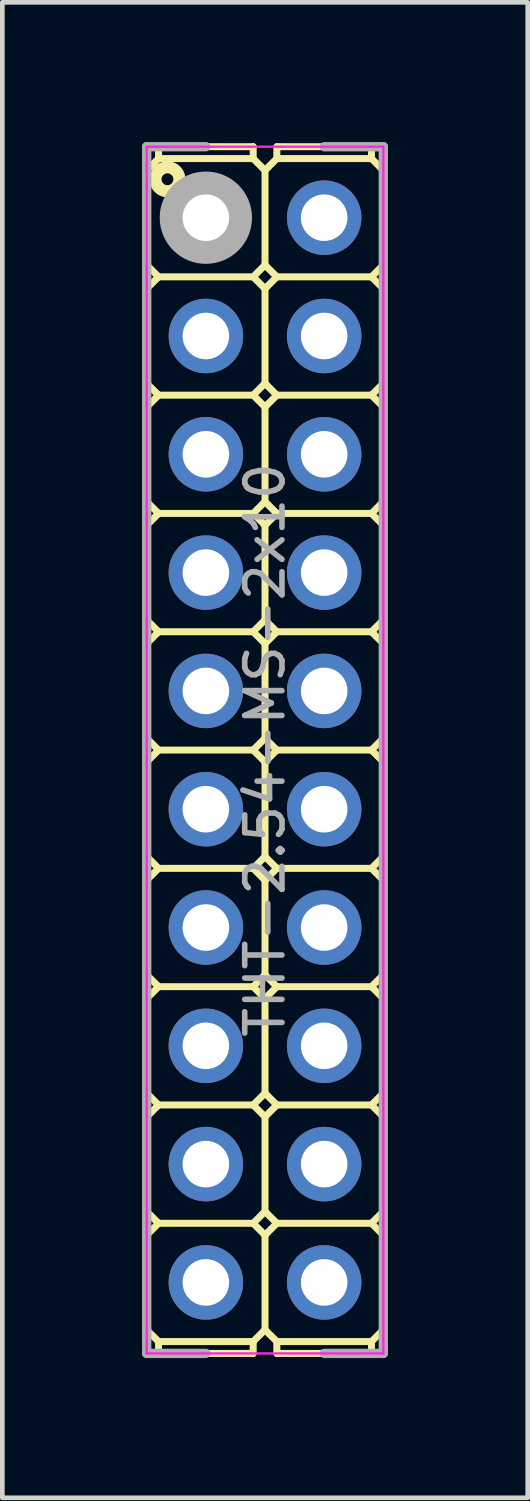
<source format=kicad_pcb>
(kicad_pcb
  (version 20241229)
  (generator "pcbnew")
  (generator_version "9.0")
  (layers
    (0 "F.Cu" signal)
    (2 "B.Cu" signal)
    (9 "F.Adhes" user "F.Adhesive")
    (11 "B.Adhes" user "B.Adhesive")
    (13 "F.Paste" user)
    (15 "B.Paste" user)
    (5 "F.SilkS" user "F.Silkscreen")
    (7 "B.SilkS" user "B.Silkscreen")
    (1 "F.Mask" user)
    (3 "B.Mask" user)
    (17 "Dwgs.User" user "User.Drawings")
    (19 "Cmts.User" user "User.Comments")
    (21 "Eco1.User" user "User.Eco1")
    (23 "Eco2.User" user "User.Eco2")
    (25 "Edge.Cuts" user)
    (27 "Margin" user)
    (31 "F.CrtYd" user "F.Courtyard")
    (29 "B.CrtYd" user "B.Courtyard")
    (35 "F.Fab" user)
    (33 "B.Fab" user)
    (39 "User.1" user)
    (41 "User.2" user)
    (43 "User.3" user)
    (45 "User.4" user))
  (footprint "THT-2.54-MS-2x10"
    (layer "F.Cu")
    (at 2.64 13.054)
    (property "Reference" "THT-2.54-MS-2x10" (at 0 0 270) (layer "F.Fab") (effects (font (size 0.8 0.8) (thickness 0.12))))
    (attr through_hole)
    (fp_line (start -2.54 -12.446) (end -2.54 -10.414) (stroke (width 0.15) (type solid)) (layer "F.SilkS"))
    (fp_line (start -2.54 -12.446) (end -2.286 -12.7) (stroke (width 0.15) (type solid)) (layer "F.SilkS"))
    (fp_line (start -2.54 -10.414) (end -2.286 -10.16) (stroke (width 0.15) (type solid)) (layer "F.SilkS"))
    (fp_line (start -2.54 -9.906) (end -2.54 -7.874) (stroke (width 0.15) (type solid)) (layer "F.SilkS"))
    (fp_line (start -2.54 -7.874) (end -2.286 -7.62) (stroke (width 0.15) (type solid)) (layer "F.SilkS"))
    (fp_line (start -2.54 -7.366) (end -2.54 -5.334) (stroke (width 0.15) (type solid)) (layer "F.SilkS"))
    (fp_line (start -2.54 -5.334) (end -2.286 -5.08) (stroke (width 0.15) (type solid)) (layer "F.SilkS"))
    (fp_line (start -2.54 -4.826) (end -2.54 -2.794) (stroke (width 0.15) (type solid)) (layer "F.SilkS"))
    (fp_line (start -2.54 -2.794) (end -2.286 -2.54) (stroke (width 0.15) (type solid)) (layer "F.SilkS"))
    (fp_line (start -2.54 -2.286) (end -2.54 -0.254) (stroke (width 0.15) (type solid)) (layer "F.SilkS"))
    (fp_line (start -2.54 -0.254) (end -2.286 0) (stroke (width 0.15) (type solid)) (layer "F.SilkS"))
    (fp_line (start -2.54 0.254) (end -2.54 2.286) (stroke (width 0.15) (type solid)) (layer "F.SilkS"))
    (fp_line (start -2.54 2.286) (end -2.286 2.54) (stroke (width 0.15) (type solid)) (layer "F.SilkS"))
    (fp_line (start -2.54 2.794) (end -2.54 4.826) (stroke (width 0.15) (type solid)) (layer "F.SilkS"))
    (fp_line (start -2.54 4.826) (end -2.286 5.08) (stroke (width 0.15) (type solid)) (layer "F.SilkS"))
    (fp_line (start -2.54 5.334) (end -2.54 7.366) (stroke (width 0.15) (type solid)) (layer "F.SilkS"))
    (fp_line (start -2.54 7.366) (end -2.286 7.62) (stroke (width 0.15) (type solid)) (layer "F.SilkS"))
    (fp_line (start -2.54 7.874) (end -2.54 9.906) (stroke (width 0.15) (type solid)) (layer "F.SilkS"))
    (fp_line (start -2.54 9.906) (end -2.286 10.16) (stroke (width 0.15) (type solid)) (layer "F.SilkS"))
    (fp_line (start -2.54 10.414) (end -2.54 12.446) (stroke (width 0.15) (type solid)) (layer "F.SilkS"))
    (fp_line (start -2.54 12.446) (end -2.286 12.7) (stroke (width 0.15) (type solid)) (layer "F.SilkS"))
    (fp_line (start -2.286 -12.954) (end -0.254 -12.954) (stroke (width 0.15) (type solid)) (layer "F.SilkS"))
    (fp_line (start -2.286 -12.7) (end -2.286 -12.954) (stroke (width 0.15) (type solid)) (layer "F.SilkS"))
    (fp_line (start -2.286 -12.7) (end -0.254 -12.7) (stroke (width 0.15) (type solid)) (layer "F.SilkS"))
    (fp_line (start -2.286 -10.16) (end -2.54 -9.906) (stroke (width 0.15) (type solid)) (layer "F.SilkS"))
    (fp_line (start -2.286 -7.62) (end -2.54 -7.366) (stroke (width 0.15) (type solid)) (layer "F.SilkS"))
    (fp_line (start -2.286 -7.62) (end -0.254 -7.62) (stroke (width 0.15) (type solid)) (layer "F.SilkS"))
    (fp_line (start -2.286 -5.08) (end -2.54 -4.826) (stroke (width 0.15) (type solid)) (layer "F.SilkS"))
    (fp_line (start -2.286 -2.54) (end -2.54 -2.286) (stroke (width 0.15) (type solid)) (layer "F.SilkS"))
    (fp_line (start -2.286 0) (end -2.54 0.254) (stroke (width 0.15) (type solid)) (layer "F.SilkS"))
    (fp_line (start -2.286 2.54) (end -2.54 2.794) (stroke (width 0.15) (type solid)) (layer "F.SilkS"))
    (fp_line (start -2.286 5.08) (end -2.54 5.334) (stroke (width 0.15) (type solid)) (layer "F.SilkS"))
    (fp_line (start -2.286 7.62) (end -2.54 7.874) (stroke (width 0.15) (type solid)) (layer "F.SilkS"))
    (fp_line (start -2.286 10.16) (end -2.54 10.414) (stroke (width 0.15) (type solid)) (layer "F.SilkS"))
    (fp_line (start -2.286 12.7) (end -2.286 12.954) (stroke (width 0.15) (type solid)) (layer "F.SilkS"))
    (fp_line (start -2.286 12.7) (end -0.254 12.7) (stroke (width 0.15) (type solid)) (layer "F.SilkS"))
    (fp_line (start -2.286 12.954) (end -0.254 12.954) (stroke (width 0.15) (type solid)) (layer "F.SilkS"))
    (fp_line (start -0.254 -12.954) (end -0.254 -12.7) (stroke (width 0.15) (type solid)) (layer "F.SilkS"))
    (fp_line (start -0.254 -12.7) (end 0 -12.446) (stroke (width 0.15) (type solid)) (layer "F.SilkS"))
    (fp_line (start -0.254 -10.16) (end -2.286 -10.16) (stroke (width 0.15) (type solid)) (layer "F.SilkS"))
    (fp_line (start -0.254 -7.62) (end 0 -7.874) (stroke (width 0.15) (type solid)) (layer "F.SilkS"))
    (fp_line (start -0.254 -5.08) (end -2.286 -5.08) (stroke (width 0.15) (type solid)) (layer "F.SilkS"))
    (fp_line (start -0.254 -5.08) (end 0 -5.334) (stroke (width 0.15) (type solid)) (layer "F.SilkS"))
    (fp_line (start -0.254 -2.54) (end -2.286 -2.54) (stroke (width 0.15) (type solid)) (layer "F.SilkS"))
    (fp_line (start -0.254 -2.54) (end 0 -2.794) (stroke (width 0.15) (type solid)) (layer "F.SilkS"))
    (fp_line (start -0.254 0) (end -2.286 0) (stroke (width 0.15) (type solid)) (layer "F.SilkS"))
    (fp_line (start -0.254 0) (end 0 -0.254) (stroke (width 0.15) (type solid)) (layer "F.SilkS"))
    (fp_line (start -0.254 2.54) (end -2.286 2.54) (stroke (width 0.15) (type solid)) (layer "F.SilkS"))
    (fp_line (start -0.254 2.54) (end 0 2.286) (stroke (width 0.15) (type solid)) (layer "F.SilkS"))
    (fp_line (start -0.254 5.08) (end -2.286 5.08) (stroke (width 0.15) (type solid)) (layer "F.SilkS"))
    (fp_line (start -0.254 5.08) (end 0 4.826) (stroke (width 0.15) (type solid)) (layer "F.SilkS"))
    (fp_line (start -0.254 7.62) (end -2.286 7.62) (stroke (width 0.15) (type solid)) (layer "F.SilkS"))
    (fp_line (start -0.254 7.62) (end 0 7.366) (stroke (width 0.15) (type solid)) (layer "F.SilkS"))
    (fp_line (start -0.254 10.16) (end -2.286 10.16) (stroke (width 0.15) (type solid)) (layer "F.SilkS"))
    (fp_line (start -0.254 10.16) (end 0 9.906) (stroke (width 0.15) (type solid)) (layer "F.SilkS"))
    (fp_line (start -0.254 12.7) (end 0 12.446) (stroke (width 0.15) (type solid)) (layer "F.SilkS"))
    (fp_line (start -0.254 12.954) (end -0.254 12.7) (stroke (width 0.15) (type solid)) (layer "F.SilkS"))
    (fp_line (start 0 -12.446) (end 0 -10.414) (stroke (width 0.15) (type solid)) (layer "F.SilkS"))
    (fp_line (start 0 -12.446) (end 0.254 -12.7) (stroke (width 0.15) (type solid)) (layer "F.SilkS"))
    (fp_line (start 0 -10.414) (end -0.254 -10.16) (stroke (width 0.15) (type solid)) (layer "F.SilkS"))
    (fp_line (start 0 -10.414) (end 0.254 -10.16) (stroke (width 0.15) (type solid)) (layer "F.SilkS"))
    (fp_line (start 0 -9.906) (end -0.254 -10.16) (stroke (width 0.15) (type solid)) (layer "F.SilkS"))
    (fp_line (start 0 -7.874) (end 0 -9.906) (stroke (width 0.15) (type solid)) (layer "F.SilkS"))
    (fp_line (start 0 -7.874) (end 0.254 -7.62) (stroke (width 0.15) (type solid)) (layer "F.SilkS"))
    (fp_line (start 0 -7.366) (end -0.254 -7.62) (stroke (width 0.15) (type solid)) (layer "F.SilkS"))
    (fp_line (start 0 -5.334) (end 0 -7.366) (stroke (width 0.15) (type solid)) (layer "F.SilkS"))
    (fp_line (start 0 -5.334) (end 0.254 -5.08) (stroke (width 0.15) (type solid)) (layer "F.SilkS"))
    (fp_line (start 0 -4.826) (end -0.254 -5.08) (stroke (width 0.15) (type solid)) (layer "F.SilkS"))
    (fp_line (start 0 -2.794) (end 0 -4.826) (stroke (width 0.15) (type solid)) (layer "F.SilkS"))
    (fp_line (start 0 -2.794) (end 0.254 -2.54) (stroke (width 0.15) (type solid)) (layer "F.SilkS"))
    (fp_line (start 0 -2.286) (end -0.254 -2.54) (stroke (width 0.15) (type solid)) (layer "F.SilkS"))
    (fp_line (start 0 -0.254) (end 0 -2.286) (stroke (width 0.15) (type solid)) (layer "F.SilkS"))
    (fp_line (start 0 -0.254) (end 0.254 0) (stroke (width 0.15) (type solid)) (layer "F.SilkS"))
    (fp_line (start 0 0.254) (end -0.254 0) (stroke (width 0.15) (type solid)) (layer "F.SilkS"))
    (fp_line (start 0 2.286) (end 0 0.254) (stroke (width 0.15) (type solid)) (layer "F.SilkS"))
    (fp_line (start 0 2.286) (end 0.254 2.54) (stroke (width 0.15) (type solid)) (layer "F.SilkS"))
    (fp_line (start 0 2.794) (end -0.254 2.54) (stroke (width 0.15) (type solid)) (layer "F.SilkS"))
    (fp_line (start 0 4.826) (end 0 2.794) (stroke (width 0.15) (type solid)) (layer "F.SilkS"))
    (fp_line (start 0 4.826) (end 0.254 5.08) (stroke (width 0.15) (type solid)) (layer "F.SilkS"))
    (fp_line (start 0 5.334) (end -0.254 5.08) (stroke (width 0.15) (type solid)) (layer "F.SilkS"))
    (fp_line (start 0 7.366) (end 0 5.334) (stroke (width 0.15) (type solid)) (layer "F.SilkS"))
    (fp_line (start 0 7.366) (end 0.254 7.62) (stroke (width 0.15) (type solid)) (layer "F.SilkS"))
    (fp_line (start 0 7.874) (end -0.254 7.62) (stroke (width 0.15) (type solid)) (layer "F.SilkS"))
    (fp_line (start 0 9.906) (end 0 7.874) (stroke (width 0.15) (type solid)) (layer "F.SilkS"))
    (fp_line (start 0 9.906) (end 0.254 10.16) (stroke (width 0.15) (type solid)) (layer "F.SilkS"))
    (fp_line (start 0 10.414) (end -0.254 10.16) (stroke (width 0.15) (type solid)) (layer "F.SilkS"))
    (fp_line (start 0 12.446) (end 0 10.414) (stroke (width 0.15) (type solid)) (layer "F.SilkS"))
    (fp_line (start 0 12.446) (end 0.254 12.7) (stroke (width 0.15) (type solid)) (layer "F.SilkS"))
    (fp_line (start 0.254 -12.954) (end 2.286 -12.954) (stroke (width 0.15) (type solid)) (layer "F.SilkS"))
    (fp_line (start 0.254 -12.7) (end 0.254 -12.954) (stroke (width 0.15) (type solid)) (layer "F.SilkS"))
    (fp_line (start 0.254 -12.7) (end 2.286 -12.7) (stroke (width 0.15) (type solid)) (layer "F.SilkS"))
    (fp_line (start 0.254 -10.16) (end 0 -9.906) (stroke (width 0.15) (type solid)) (layer "F.SilkS"))
    (fp_line (start 0.254 -7.62) (end 0 -7.366) (stroke (width 0.15) (type solid)) (layer "F.SilkS"))
    (fp_line (start 0.254 -7.62) (end 2.286 -7.62) (stroke (width 0.15) (type solid)) (layer "F.SilkS"))
    (fp_line (start 0.254 -5.08) (end 0 -4.826) (stroke (width 0.15) (type solid)) (layer "F.SilkS"))
    (fp_line (start 0.254 -2.54) (end 0 -2.286) (stroke (width 0.15) (type solid)) (layer "F.SilkS"))
    (fp_line (start 0.254 0) (end 0 0.254) (stroke (width 0.15) (type solid)) (layer "F.SilkS"))
    (fp_line (start 0.254 2.54) (end 0 2.794) (stroke (width 0.15) (type solid)) (layer "F.SilkS"))
    (fp_line (start 0.254 5.08) (end 0 5.334) (stroke (width 0.15) (type solid)) (layer "F.SilkS"))
    (fp_line (start 0.254 7.62) (end 0 7.874) (stroke (width 0.15) (type solid)) (layer "F.SilkS"))
    (fp_line (start 0.254 10.16) (end 0 10.414) (stroke (width 0.15) (type solid)) (layer "F.SilkS"))
    (fp_line (start 0.254 12.7) (end 0.254 12.954) (stroke (width 0.15) (type solid)) (layer "F.SilkS"))
    (fp_line (start 0.254 12.7) (end 2.286 12.7) (stroke (width 0.15) (type solid)) (layer "F.SilkS"))
    (fp_line (start 0.254 12.954) (end 2.286 12.954) (stroke (width 0.15) (type solid)) (layer "F.SilkS"))
    (fp_line (start 2.286 -12.954) (end 2.286 -12.7) (stroke (width 0.15) (type solid)) (layer "F.SilkS"))
    (fp_line (start 2.286 -12.7) (end 2.54 -12.446) (stroke (width 0.15) (type solid)) (layer "F.SilkS"))
    (fp_line (start 2.286 -10.16) (end 0.254 -10.16) (stroke (width 0.15) (type solid)) (layer "F.SilkS"))
    (fp_line (start 2.286 -7.62) (end 2.54 -7.874) (stroke (width 0.15) (type solid)) (layer "F.SilkS"))
    (fp_line (start 2.286 -5.08) (end 0.254 -5.08) (stroke (width 0.15) (type solid)) (layer "F.SilkS"))
    (fp_line (start 2.286 -5.08) (end 2.54 -5.334) (stroke (width 0.15) (type solid)) (layer "F.SilkS"))
    (fp_line (start 2.286 -2.54) (end 0.254 -2.54) (stroke (width 0.15) (type solid)) (layer "F.SilkS"))
    (fp_line (start 2.286 -2.54) (end 2.54 -2.794) (stroke (width 0.15) (type solid)) (layer "F.SilkS"))
    (fp_line (start 2.286 0) (end 0.254 0) (stroke (width 0.15) (type solid)) (layer "F.SilkS"))
    (fp_line (start 2.286 0) (end 2.54 -0.254) (stroke (width 0.15) (type solid)) (layer "F.SilkS"))
    (fp_line (start 2.286 2.54) (end 0.254 2.54) (stroke (width 0.15) (type solid)) (layer "F.SilkS"))
    (fp_line (start 2.286 2.54) (end 2.54 2.286) (stroke (width 0.15) (type solid)) (layer "F.SilkS"))
    (fp_line (start 2.286 5.08) (end 0.254 5.08) (stroke (width 0.15) (type solid)) (layer "F.SilkS"))
    (fp_line (start 2.286 5.08) (end 2.54 4.826) (stroke (width 0.15) (type solid)) (layer "F.SilkS"))
    (fp_line (start 2.286 7.62) (end 0.254 7.62) (stroke (width 0.15) (type solid)) (layer "F.SilkS"))
    (fp_line (start 2.286 7.62) (end 2.54 7.366) (stroke (width 0.15) (type solid)) (layer "F.SilkS"))
    (fp_line (start 2.286 10.16) (end 0.254 10.16) (stroke (width 0.15) (type solid)) (layer "F.SilkS"))
    (fp_line (start 2.286 10.16) (end 2.54 9.906) (stroke (width 0.15) (type solid)) (layer "F.SilkS"))
    (fp_line (start 2.286 12.7) (end 2.54 12.446) (stroke (width 0.15) (type solid)) (layer "F.SilkS"))
    (fp_line (start 2.286 12.954) (end 2.286 12.7) (stroke (width 0.15) (type solid)) (layer "F.SilkS"))
    (fp_line (start 2.54 -12.446) (end 2.54 -10.414) (stroke (width 0.15) (type solid)) (layer "F.SilkS"))
    (fp_line (start 2.54 -10.414) (end 2.286 -10.16) (stroke (width 0.15) (type solid)) (layer "F.SilkS"))
    (fp_line (start 2.54 -9.906) (end 2.286 -10.16) (stroke (width 0.15) (type solid)) (layer "F.SilkS"))
    (fp_line (start 2.54 -7.874) (end 2.54 -9.906) (stroke (width 0.15) (type solid)) (layer "F.SilkS"))
    (fp_line (start 2.54 -7.366) (end 2.286 -7.62) (stroke (width 0.15) (type solid)) (layer "F.SilkS"))
    (fp_line (start 2.54 -5.334) (end 2.54 -7.366) (stroke (width 0.15) (type solid)) (layer "F.SilkS"))
    (fp_line (start 2.54 -4.826) (end 2.286 -5.08) (stroke (width 0.15) (type solid)) (layer "F.SilkS"))
    (fp_line (start 2.54 -2.794) (end 2.54 -4.826) (stroke (width 0.15) (type solid)) (layer "F.SilkS"))
    (fp_line (start 2.54 -2.286) (end 2.286 -2.54) (stroke (width 0.15) (type solid)) (layer "F.SilkS"))
    (fp_line (start 2.54 -0.254) (end 2.54 -2.286) (stroke (width 0.15) (type solid)) (layer "F.SilkS"))
    (fp_line (start 2.54 0.254) (end 2.286 0) (stroke (width 0.15) (type solid)) (layer "F.SilkS"))
    (fp_line (start 2.54 2.286) (end 2.54 0.254) (stroke (width 0.15) (type solid)) (layer "F.SilkS"))
    (fp_line (start 2.54 2.794) (end 2.286 2.54) (stroke (width 0.15) (type solid)) (layer "F.SilkS"))
    (fp_line (start 2.54 4.826) (end 2.54 2.794) (stroke (width 0.15) (type solid)) (layer "F.SilkS"))
    (fp_line (start 2.54 5.334) (end 2.286 5.08) (stroke (width 0.15) (type solid)) (layer "F.SilkS"))
    (fp_line (start 2.54 7.366) (end 2.54 5.334) (stroke (width 0.15) (type solid)) (layer "F.SilkS"))
    (fp_line (start 2.54 7.874) (end 2.286 7.62) (stroke (width 0.15) (type solid)) (layer "F.SilkS"))
    (fp_line (start 2.54 9.906) (end 2.54 7.874) (stroke (width 0.15) (type solid)) (layer "F.SilkS"))
    (fp_line (start 2.54 10.414) (end 2.286 10.16) (stroke (width 0.15) (type solid)) (layer "F.SilkS"))
    (fp_line (start 2.54 12.446) (end 2.54 10.414) (stroke (width 0.15) (type solid)) (layer "F.SilkS"))
    (fp_circle (center -2.095 -12.255) (end -1.968 -12.255) (stroke (width 0.26) (type solid)) (fill no) (layer "F.SilkS"))
    (fp_line (start -2.54 -12.954) (end 2.54 -12.954) (stroke (width 0.05) (type solid)) (layer "F.CrtYd"))
    (fp_line (start -2.54 12.954) (end -2.54 -12.954) (stroke (width 0.05) (type solid)) (layer "F.CrtYd"))
    (fp_line (start 2.54 -12.954) (end 2.54 12.954) (stroke (width 0.05) (type solid)) (layer "F.CrtYd"))
    (fp_line (start 2.54 12.954) (end -2.54 12.954) (stroke (width 0.05) (type solid)) (layer "F.CrtYd"))
    (fp_line (start -2.54 -12.954) (end -2.54 12.954) (stroke (width 0.2) (type solid)) (layer "F.Fab"))
    (fp_line (start -2.54 -12.954) (end -1.27 -12.954) (stroke (width 0.2) (type solid)) (layer "F.Fab"))
    (fp_line (start -2.54 12.954) (end -1.27 12.954) (stroke (width 0.2) (type solid)) (layer "F.Fab"))
    (fp_line (start 1.27 -12.954) (end 2.54 -12.954) (stroke (width 0.2) (type solid)) (layer "F.Fab"))
    (fp_line (start 1.27 12.954) (end 2.54 12.954) (stroke (width 0.2) (type solid)) (layer "F.Fab"))
    (fp_line (start 2.54 12.954) (end 2.54 -12.954) (stroke (width 0.2) (type solid)) (layer "F.Fab"))
    (fp_circle (center -1.27 -11.43) (end -1.27 -11.239) (stroke (width 0.8) (type solid)) (fill no) (layer "F.Fab"))
    (pad "1" thru_hole circle (at -1.27 -11.43) (size 1.6 1.6) (drill 1) (layers "*.Cu" "*.Mask"))
    (pad "2" thru_hole circle (at 1.27 -11.43) (size 1.6 1.6) (drill 1) (layers "*.Cu" "*.Mask"))
    (pad "3" thru_hole circle (at -1.27 -8.89) (size 1.6 1.6) (drill 1) (layers "*.Cu" "*.Mask"))
    (pad "4" thru_hole circle (at 1.27 -8.89) (size 1.6 1.6) (drill 1) (layers "*.Cu" "*.Mask"))
    (pad "5" thru_hole circle (at -1.27 -6.35) (size 1.6 1.6) (drill 1) (layers "*.Cu" "*.Mask"))
    (pad "6" thru_hole circle (at 1.27 -6.35) (size 1.6 1.6) (drill 1) (layers "*.Cu" "*.Mask"))
    (pad "7" thru_hole circle (at -1.27 -3.81) (size 1.6 1.6) (drill 1) (layers "*.Cu" "*.Mask"))
    (pad "8" thru_hole circle (at 1.27 -3.81) (size 1.6 1.6) (drill 1) (layers "*.Cu" "*.Mask"))
    (pad "9" thru_hole circle (at -1.27 -1.27) (size 1.6 1.6) (drill 1) (layers "*.Cu" "*.Mask"))
    (pad "10" thru_hole circle (at 1.27 -1.27) (size 1.6 1.6) (drill 1) (layers "*.Cu" "*.Mask"))
    (pad "11" thru_hole circle (at -1.27 1.27) (size 1.6 1.6) (drill 1) (layers "*.Cu" "*.Mask"))
    (pad "12" thru_hole circle (at 1.27 1.27) (size 1.6 1.6) (drill 1) (layers "*.Cu" "*.Mask"))
    (pad "13" thru_hole circle (at -1.27 3.81) (size 1.6 1.6) (drill 1) (layers "*.Cu" "*.Mask"))
    (pad "14" thru_hole circle (at 1.27 3.81) (size 1.6 1.6) (drill 1) (layers "*.Cu" "*.Mask"))
    (pad "15" thru_hole circle (at -1.27 6.35) (size 1.6 1.6) (drill 1) (layers "*.Cu" "*.Mask"))
    (pad "16" thru_hole circle (at 1.27 6.35) (size 1.6 1.6) (drill 1) (layers "*.Cu" "*.Mask"))
    (pad "17" thru_hole circle (at -1.27 8.89) (size 1.6 1.6) (drill 1) (layers "*.Cu" "*.Mask"))
    (pad "18" thru_hole circle (at 1.27 8.89) (size 1.6 1.6) (drill 1) (layers "*.Cu" "*.Mask"))
    (pad "19" thru_hole circle (at -1.27 11.43) (size 1.6 1.6) (drill 1) (layers "*.Cu" "*.Mask"))
    (pad "20" thru_hole circle (at 1.27 11.43) (size 1.6 1.6) (drill 1) (layers "*.Cu" "*.Mask")))
  (gr_rect
    (start -3 -3)
    (end 8.28 29.108)
    (stroke (width 0.1) (type default))
    (fill no)
    (layer "Edge.Cuts")))
</source>
